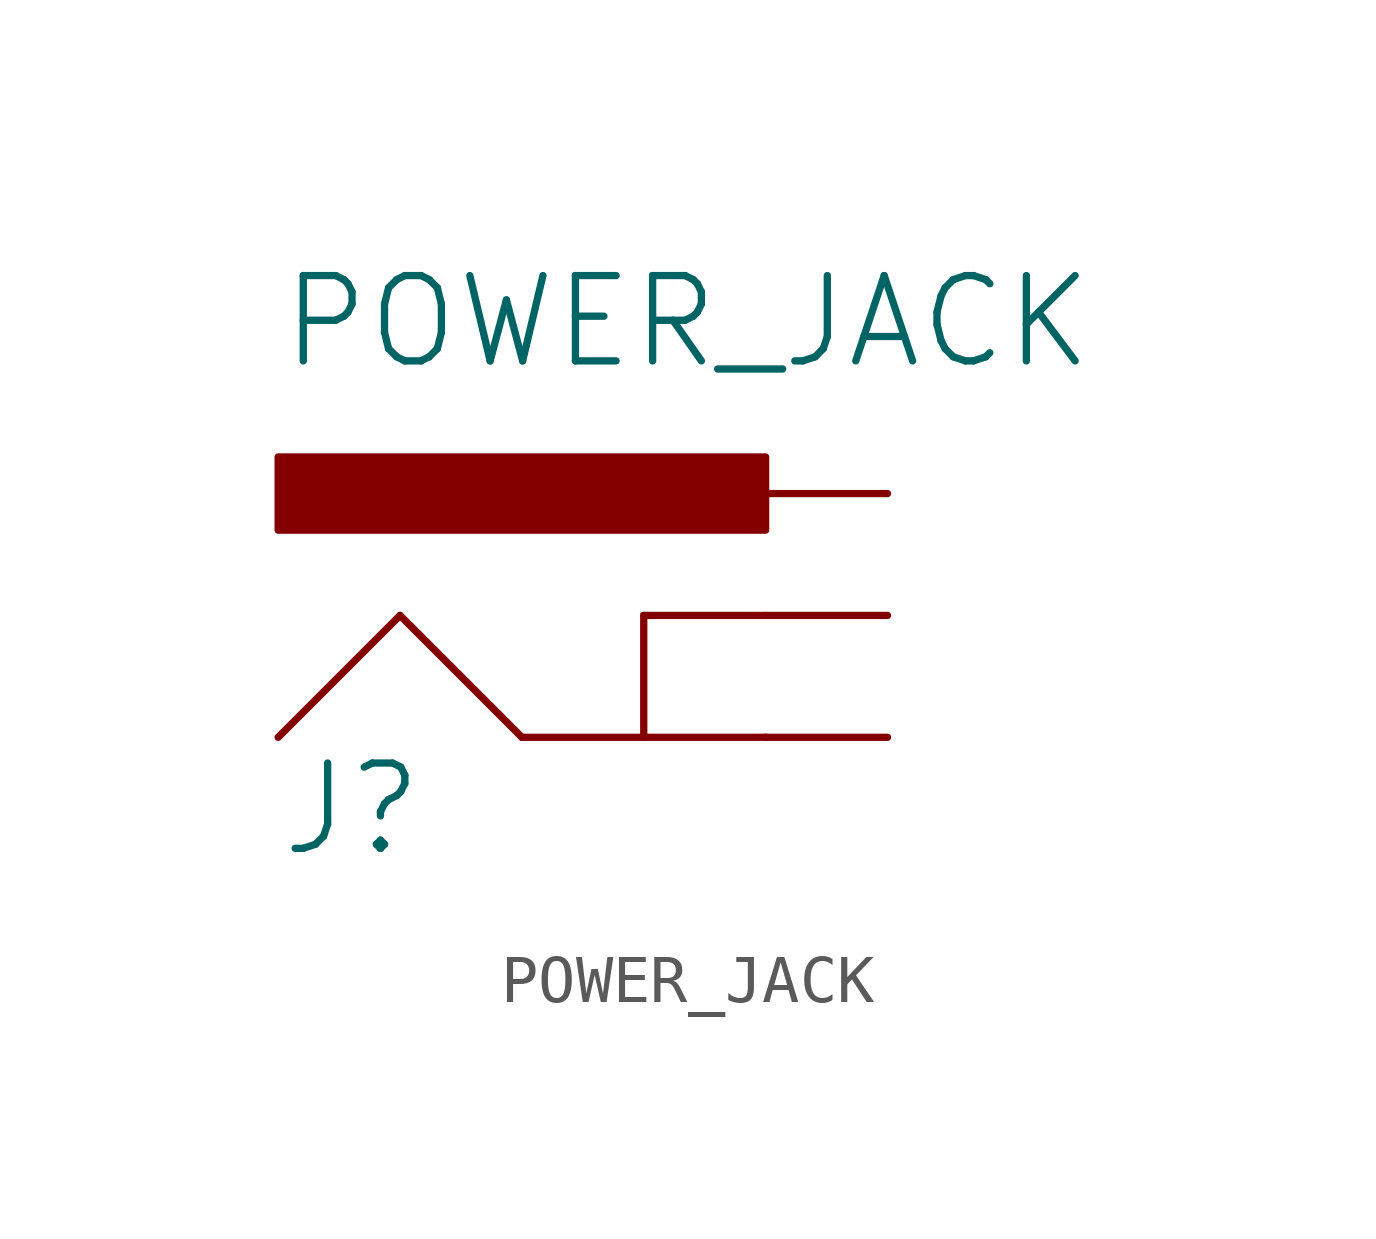
<source format=kicad_sym>
(kicad_symbol_lib
  (version 20211014)
  (generator kicad_symbol_editor)
  (symbol "POWER_JACK"
    (property "Reference" "J"
      (at -10.16 0 0)
      (effects (font (size 1.778 1.778)) (justify left bottom)))
    (property "Value" "POWER_JACK"
      (at -10.16 10.16 0)
      (effects (font (size 1.778 1.778)) (justify left bottom)))
    (property "ki_locked" ""
      (at 0 0 0)
      (effects (font (size 1.27 1.27))))
    (symbol "POWER_JACK_1_0"
      (rectangle (start -10.16 6.858) (end 0 8.382) (stroke (width 0) (type default) (color 0 0 0 0)) (fill (type outline)))
      (polyline (pts (xy -10.16 2.54) (xy -7.62 5.08)) (stroke (width 0.152) (type default) (color 0 0 0 0)) (fill (type none)))
      (polyline (pts (xy -7.62 5.08) (xy -5.08 2.54)) (stroke (width 0.152) (type default) (color 0 0 0 0)) (fill (type none)))
      (polyline (pts (xy -5.08 2.54) (xy -2.54 2.54)) (stroke (width 0.152) (type default) (color 0 0 0 0)) (fill (type none)))
      (polyline (pts (xy -2.54 2.54) (xy -2.54 5.08)) (stroke (width 0.152) (type default) (color 0 0 0 0)) (fill (type none)))
      (polyline (pts (xy -2.54 2.54) (xy 0 2.54)) (stroke (width 0.152) (type default) (color 0 0 0 0)) (fill (type none)))
      (polyline (pts (xy -2.54 5.08) (xy 0 5.08)) (stroke (width 0.152) (type default) (color 0 0 0 0)) (fill (type none)))
      (pin bidirectional line (at 2.54 2.54 180) (length 2.54) (name "GND" (effects (font (size 0 0)))) (number "GND" (effects (font (size 0 0)))))
      (pin bidirectional line (at 2.54 5.08 180) (length 2.54) (name "GNDBREAK" (effects (font (size 0 0)))) (number "GNDBREAK" (effects (font (size 0 0)))))
      (pin bidirectional line (at 2.54 7.62 180) (length 2.54) (name "PWR" (effects (font (size 0 0)))) (number "PWR" (effects (font (size 0 0))))))))
</source>
